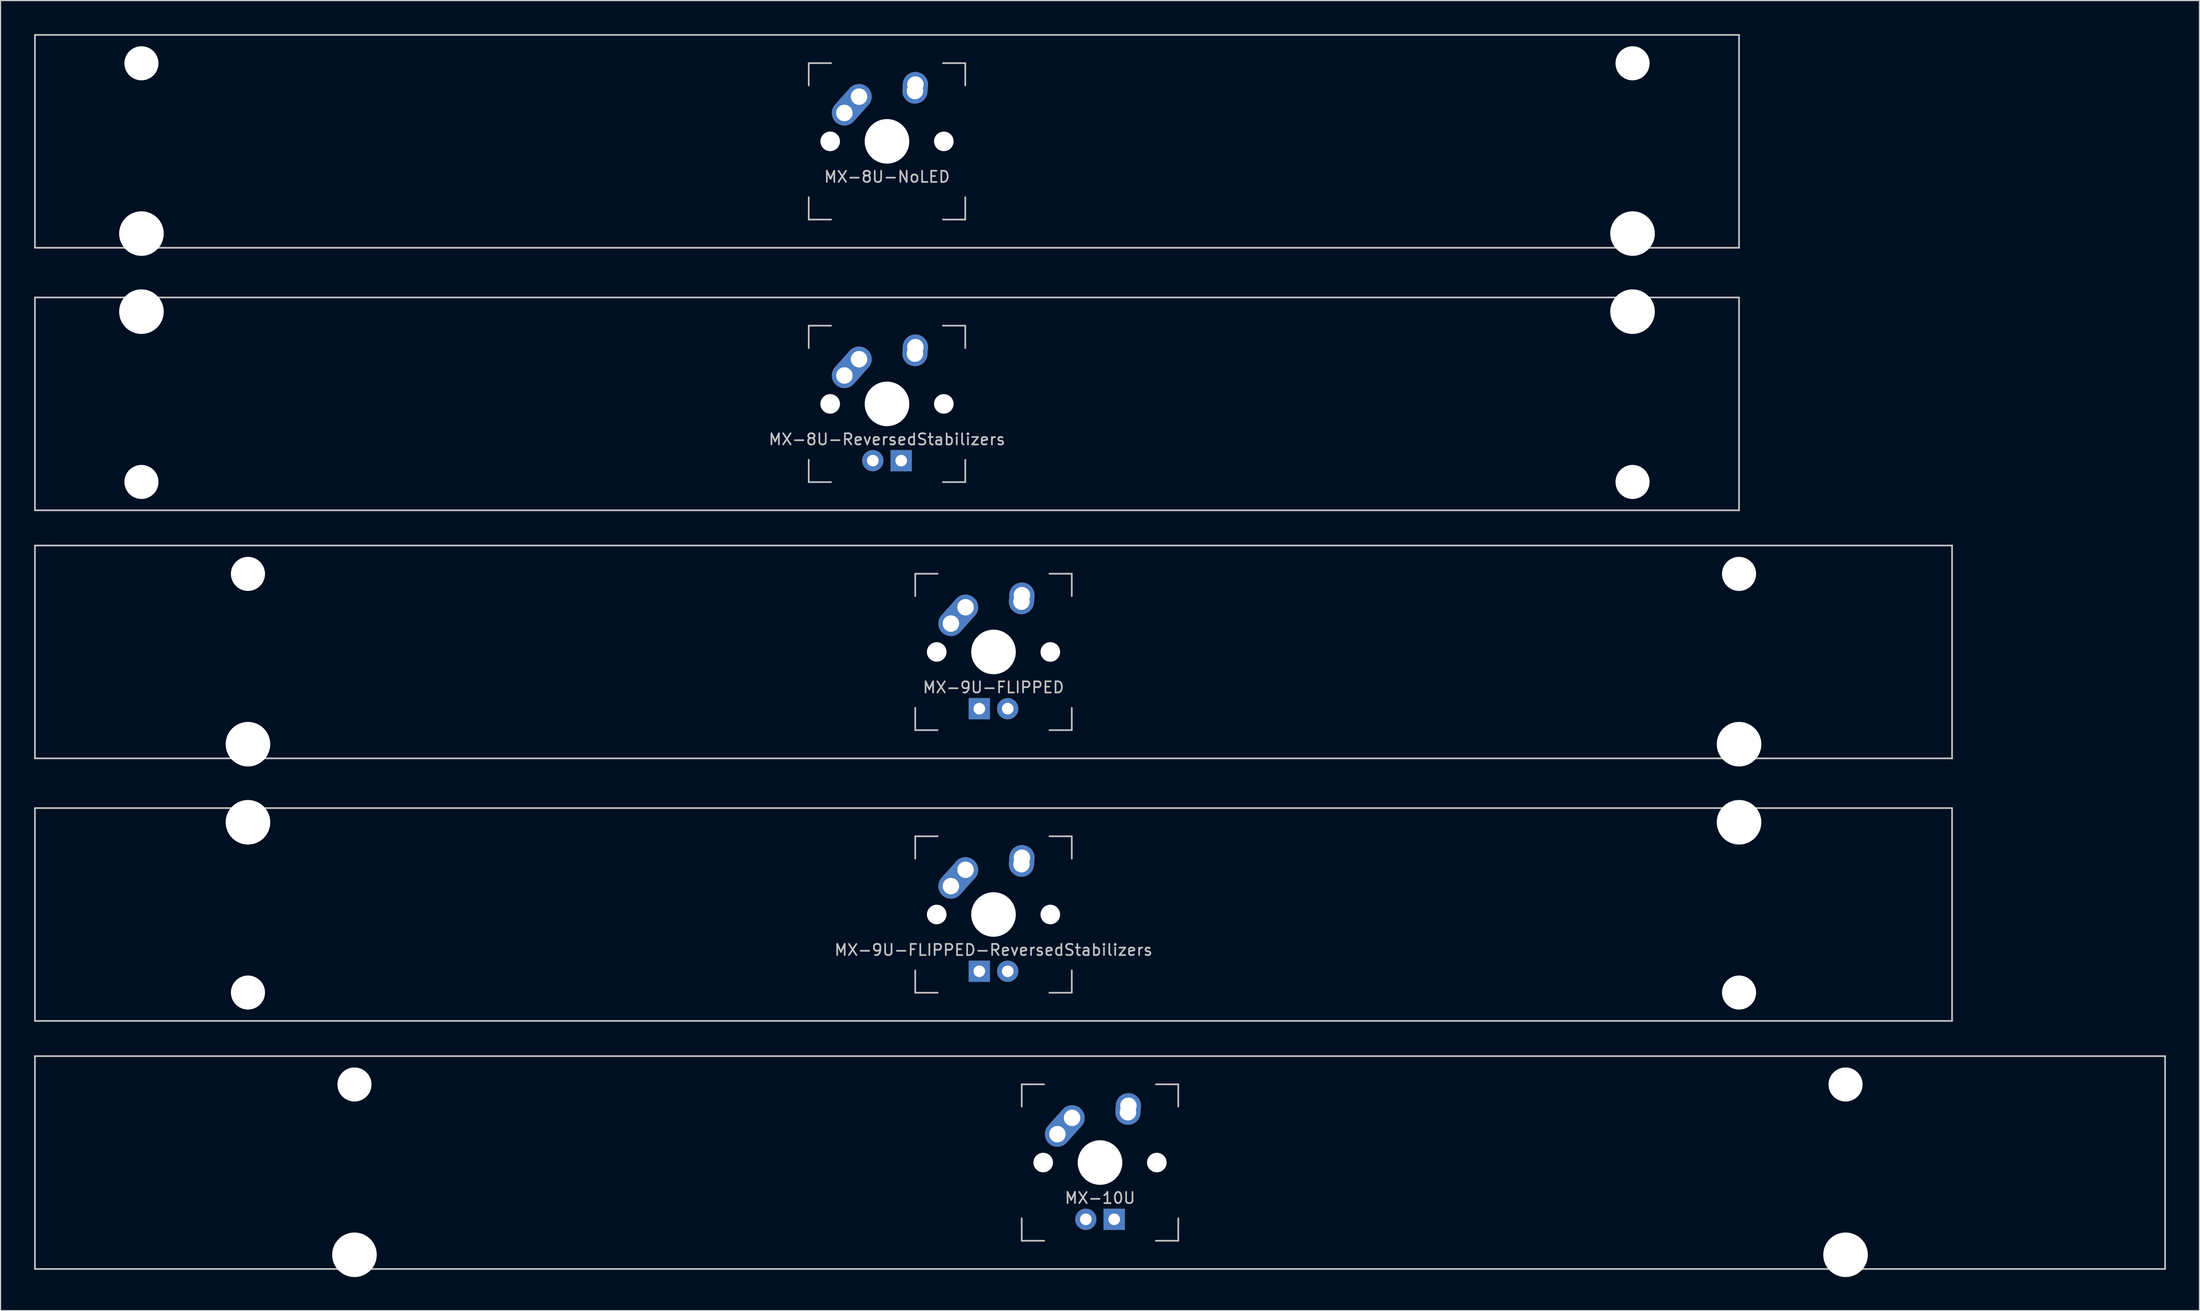
<source format=kicad_pcb>
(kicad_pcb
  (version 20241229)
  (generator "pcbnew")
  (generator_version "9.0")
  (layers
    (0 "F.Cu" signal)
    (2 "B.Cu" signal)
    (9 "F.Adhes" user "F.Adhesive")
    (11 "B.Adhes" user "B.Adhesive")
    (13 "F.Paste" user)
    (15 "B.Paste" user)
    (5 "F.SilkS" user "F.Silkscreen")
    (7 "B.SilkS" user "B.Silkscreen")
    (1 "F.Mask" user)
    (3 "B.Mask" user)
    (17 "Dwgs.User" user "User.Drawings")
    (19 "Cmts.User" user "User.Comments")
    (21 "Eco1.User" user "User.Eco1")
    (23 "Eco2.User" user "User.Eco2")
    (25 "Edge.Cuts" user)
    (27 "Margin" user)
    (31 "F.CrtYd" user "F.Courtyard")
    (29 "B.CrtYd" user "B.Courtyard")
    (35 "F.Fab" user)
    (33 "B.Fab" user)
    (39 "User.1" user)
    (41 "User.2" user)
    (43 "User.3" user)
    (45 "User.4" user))
  (footprint "MX-10U"
    (layer "F.Cu")
    (at 95.325 100.996)
    (property "Reference" "MX-10U" (at 0 3.175 0) (layer "Dwgs.User") (effects (font (size 1 1) (thickness 0.15))))
    (attr through_hole)
    (fp_line (start -95.25 -9.525) (end 95.25 -9.525) (stroke (width 0.15) (type solid)) (layer "Dwgs.User"))
    (fp_line (start -95.25 9.525) (end -95.25 -9.525) (stroke (width 0.15) (type solid)) (layer "Dwgs.User"))
    (fp_line (start -95.25 9.525) (end 95.25 9.525) (stroke (width 0.15) (type solid)) (layer "Dwgs.User"))
    (fp_line (start -7 -7) (end -7 -5) (stroke (width 0.15) (type solid)) (layer "Dwgs.User"))
    (fp_line (start -7 5) (end -7 7) (stroke (width 0.15) (type solid)) (layer "Dwgs.User"))
    (fp_line (start -7 7) (end -5 7) (stroke (width 0.15) (type solid)) (layer "Dwgs.User"))
    (fp_line (start -5 -7) (end -7 -7) (stroke (width 0.15) (type solid)) (layer "Dwgs.User"))
    (fp_line (start 5 -7) (end 7 -7) (stroke (width 0.15) (type solid)) (layer "Dwgs.User"))
    (fp_line (start 5 7) (end 7 7) (stroke (width 0.15) (type solid)) (layer "Dwgs.User"))
    (fp_line (start 7 -7) (end 7 -5) (stroke (width 0.15) (type solid)) (layer "Dwgs.User"))
    (fp_line (start 7 7) (end 7 5) (stroke (width 0.15) (type solid)) (layer "Dwgs.User"))
    (fp_line (start 95.25 -9.525) (end 95.25 9.525) (stroke (width 0.15) (type solid)) (layer "Dwgs.User"))
    (pad "" np_thru_hole circle (at -66.675 -6.985) (size 3.048 3.048) (drill 3.048) (layers "*.Cu" "*.Mask"))
    (pad "" np_thru_hole circle (at -66.675 8.255) (size 3.988 3.988) (drill 3.988) (layers "*.Cu" "*.Mask"))
    (pad "" np_thru_hole circle (at -5.08 0 48.1) (size 1.75 1.75) (drill 1.75) (layers "*.Cu" "*.Mask"))
    (pad "" np_thru_hole circle (at 0 0) (size 3.988 3.988) (drill 3.988) (layers "*.Cu" "*.Mask"))
    (pad "" np_thru_hole circle (at 5.08 0 48.1) (size 1.75 1.75) (drill 1.75) (layers "*.Cu" "*.Mask"))
    (pad "" np_thru_hole circle (at 66.675 -6.985) (size 3.048 3.048) (drill 3.048) (layers "*.Cu" "*.Mask"))
    (pad "" np_thru_hole circle (at 66.675 8.255) (size 3.988 3.988) (drill 3.988) (layers "*.Cu" "*.Mask"))
    (pad "1" thru_hole oval (at -3.81 -2.54 48.1) (size 4.212 2.25) (drill 1.47 (offset 0.981 0)) (layers "*.Cu" "*.Mask"))
    (pad "1" thru_hole circle (at -2.5 -4) (size 2.25 2.25) (drill 1.47) (layers "*.Cu" "*.Mask"))
    (pad "2" thru_hole oval (at 2.5 -4.5 86.055) (size 2.831 2.25) (drill 1.47 (offset 0.291 0)) (layers "*.Cu" "*.Mask"))
    (pad "2" thru_hole circle (at 2.54 -5.08) (size 2.25 2.25) (drill 1.47) (layers "*.Cu" "*.Mask"))
    (pad "3" thru_hole circle (at -1.27 5.08) (size 1.905 1.905) (drill 1.04) (layers "*.Cu" "*.Mask"))
    (pad "4" thru_hole rect (at 1.27 5.08) (size 1.905 1.905) (drill 1.04) (layers "*.Cu" "*.Mask")))
  (footprint "MX-8U-ReversedStabilizers"
    (layer "F.Cu")
    (at 76.275 33.098)
    (property "Reference" "MX-8U-ReversedStabilizers" (at 0 3.175 0) (layer "Dwgs.User") (effects (font (size 1 1) (thickness 0.15))))
    (attr through_hole)
    (fp_line (start -76.2 -9.525) (end 76.2 -9.525) (stroke (width 0.15) (type solid)) (layer "Dwgs.User"))
    (fp_line (start -76.2 9.525) (end -76.2 -9.525) (stroke (width 0.15) (type solid)) (layer "Dwgs.User"))
    (fp_line (start -76.2 9.525) (end 76.2 9.525) (stroke (width 0.15) (type solid)) (layer "Dwgs.User"))
    (fp_line (start -7 -7) (end -7 -5) (stroke (width 0.15) (type solid)) (layer "Dwgs.User"))
    (fp_line (start -7 5) (end -7 7) (stroke (width 0.15) (type solid)) (layer "Dwgs.User"))
    (fp_line (start -7 7) (end -5 7) (stroke (width 0.15) (type solid)) (layer "Dwgs.User"))
    (fp_line (start -5 -7) (end -7 -7) (stroke (width 0.15) (type solid)) (layer "Dwgs.User"))
    (fp_line (start 5 -7) (end 7 -7) (stroke (width 0.15) (type solid)) (layer "Dwgs.User"))
    (fp_line (start 5 7) (end 7 7) (stroke (width 0.15) (type solid)) (layer "Dwgs.User"))
    (fp_line (start 7 -7) (end 7 -5) (stroke (width 0.15) (type solid)) (layer "Dwgs.User"))
    (fp_line (start 7 7) (end 7 5) (stroke (width 0.15) (type solid)) (layer "Dwgs.User"))
    (fp_line (start 76.2 -9.525) (end 76.2 9.525) (stroke (width 0.15) (type solid)) (layer "Dwgs.User"))
    (pad "" np_thru_hole circle (at -66.675 -8.255) (size 3.988 3.988) (drill 3.988) (layers "*.Cu" "*.Mask"))
    (pad "" np_thru_hole circle (at -66.675 6.985) (size 3.048 3.048) (drill 3.048) (layers "*.Cu" "*.Mask"))
    (pad "" np_thru_hole circle (at -5.08 0 48.1) (size 1.75 1.75) (drill 1.75) (layers "*.Cu" "*.Mask"))
    (pad "" np_thru_hole circle (at 0 0) (size 3.988 3.988) (drill 3.988) (layers "*.Cu" "*.Mask"))
    (pad "" np_thru_hole circle (at 5.08 0 48.1) (size 1.75 1.75) (drill 1.75) (layers "*.Cu" "*.Mask"))
    (pad "" np_thru_hole circle (at 66.675 -8.255) (size 3.988 3.988) (drill 3.988) (layers "*.Cu" "*.Mask"))
    (pad "" np_thru_hole circle (at 66.675 6.985) (size 3.048 3.048) (drill 3.048) (layers "*.Cu" "*.Mask"))
    (pad "1" thru_hole oval (at -3.81 -2.54 48.1) (size 4.212 2.25) (drill 1.47 (offset 0.981 0)) (layers "*.Cu" "*.Mask"))
    (pad "1" thru_hole circle (at -2.5 -4) (size 2.25 2.25) (drill 1.47) (layers "*.Cu" "*.Mask"))
    (pad "2" thru_hole oval (at 2.5 -4.5 86.055) (size 2.831 2.25) (drill 1.47 (offset 0.291 0)) (layers "*.Cu" "*.Mask"))
    (pad "2" thru_hole circle (at 2.54 -5.08) (size 2.25 2.25) (drill 1.47) (layers "*.Cu" "*.Mask"))
    (pad "3" thru_hole circle (at -1.27 5.08) (size 1.905 1.905) (drill 1.04) (layers "*.Cu" "*.Mask"))
    (pad "4" thru_hole rect (at 1.27 5.08) (size 1.905 1.905) (drill 1.04) (layers "*.Cu" "*.Mask")))
  (footprint "MX-8U-NoLED"
    (layer "F.Cu")
    (at 76.275 9.6)
    (property "Reference" "MX-8U-NoLED" (at 0 3.175 0) (layer "Dwgs.User") (effects (font (size 1 1) (thickness 0.15))))
    (attr through_hole)
    (fp_line (start -76.2 -9.525) (end 76.2 -9.525) (stroke (width 0.15) (type solid)) (layer "Dwgs.User"))
    (fp_line (start -76.2 9.525) (end -76.2 -9.525) (stroke (width 0.15) (type solid)) (layer "Dwgs.User"))
    (fp_line (start -76.2 9.525) (end 76.2 9.525) (stroke (width 0.15) (type solid)) (layer "Dwgs.User"))
    (fp_line (start -7 -7) (end -7 -5) (stroke (width 0.15) (type solid)) (layer "Dwgs.User"))
    (fp_line (start -7 5) (end -7 7) (stroke (width 0.15) (type solid)) (layer "Dwgs.User"))
    (fp_line (start -7 7) (end -5 7) (stroke (width 0.15) (type solid)) (layer "Dwgs.User"))
    (fp_line (start -5 -7) (end -7 -7) (stroke (width 0.15) (type solid)) (layer "Dwgs.User"))
    (fp_line (start 5 -7) (end 7 -7) (stroke (width 0.15) (type solid)) (layer "Dwgs.User"))
    (fp_line (start 5 7) (end 7 7) (stroke (width 0.15) (type solid)) (layer "Dwgs.User"))
    (fp_line (start 7 -7) (end 7 -5) (stroke (width 0.15) (type solid)) (layer "Dwgs.User"))
    (fp_line (start 7 7) (end 7 5) (stroke (width 0.15) (type solid)) (layer "Dwgs.User"))
    (fp_line (start 76.2 -9.525) (end 76.2 9.525) (stroke (width 0.15) (type solid)) (layer "Dwgs.User"))
    (pad "" np_thru_hole circle (at -66.675 -6.985) (size 3.048 3.048) (drill 3.048) (layers "*.Cu" "*.Mask"))
    (pad "" np_thru_hole circle (at -66.675 8.255) (size 3.988 3.988) (drill 3.988) (layers "*.Cu" "*.Mask"))
    (pad "" np_thru_hole circle (at -5.08 0 48.1) (size 1.75 1.75) (drill 1.75) (layers "*.Cu" "*.Mask"))
    (pad "" np_thru_hole circle (at 0 0) (size 3.988 3.988) (drill 3.988) (layers "*.Cu" "*.Mask"))
    (pad "" np_thru_hole circle (at 5.08 0 48.1) (size 1.75 1.75) (drill 1.75) (layers "*.Cu" "*.Mask"))
    (pad "" np_thru_hole circle (at 66.675 -6.985) (size 3.048 3.048) (drill 3.048) (layers "*.Cu" "*.Mask"))
    (pad "" np_thru_hole circle (at 66.675 8.255) (size 3.988 3.988) (drill 3.988) (layers "*.Cu" "*.Mask"))
    (pad "1" thru_hole oval (at -3.81 -2.54 48.1) (size 4.212 2.25) (drill 1.47 (offset 0.981 0)) (layers "*.Cu" "*.Mask"))
    (pad "1" thru_hole circle (at -2.5 -4) (size 2.25 2.25) (drill 1.47) (layers "*.Cu" "*.Mask"))
    (pad "2" thru_hole oval (at 2.5 -4.5 86.055) (size 2.831 2.25) (drill 1.47 (offset 0.291 0)) (layers "*.Cu" "*.Mask"))
    (pad "2" thru_hole circle (at 2.54 -5.08) (size 2.25 2.25) (drill 1.47) (layers "*.Cu" "*.Mask")))
  (footprint "MX-9U-FLIPPED-ReversedStabilizers"
    (layer "F.Cu")
    (at 85.8 78.796)
    (property "Reference" "MX-9U-FLIPPED-ReversedStabilizers" (at 0 3.175 0) (layer "Dwgs.User") (effects (font (size 1 1) (thickness 0.15))))
    (attr through_hole)
    (fp_line (start -85.725 -9.525) (end 85.725 -9.525) (stroke (width 0.15) (type solid)) (layer "Dwgs.User"))
    (fp_line (start -85.725 9.525) (end -85.725 -9.525) (stroke (width 0.15) (type solid)) (layer "Dwgs.User"))
    (fp_line (start -85.725 9.525) (end 85.725 9.525) (stroke (width 0.15) (type solid)) (layer "Dwgs.User"))
    (fp_line (start -7 -7) (end -7 -5) (stroke (width 0.15) (type solid)) (layer "Dwgs.User"))
    (fp_line (start -7 5) (end -7 7) (stroke (width 0.15) (type solid)) (layer "Dwgs.User"))
    (fp_line (start -7 7) (end -5 7) (stroke (width 0.15) (type solid)) (layer "Dwgs.User"))
    (fp_line (start -5 -7) (end -7 -7) (stroke (width 0.15) (type solid)) (layer "Dwgs.User"))
    (fp_line (start 5 -7) (end 7 -7) (stroke (width 0.15) (type solid)) (layer "Dwgs.User"))
    (fp_line (start 5 7) (end 7 7) (stroke (width 0.15) (type solid)) (layer "Dwgs.User"))
    (fp_line (start 7 -7) (end 7 -5) (stroke (width 0.15) (type solid)) (layer "Dwgs.User"))
    (fp_line (start 7 7) (end 7 5) (stroke (width 0.15) (type solid)) (layer "Dwgs.User"))
    (fp_line (start 85.725 -9.525) (end 85.725 9.525) (stroke (width 0.15) (type solid)) (layer "Dwgs.User"))
    (pad "" np_thru_hole circle (at -66.675 -8.255) (size 3.988 3.988) (drill 3.988) (layers "*.Cu" "*.Mask"))
    (pad "" np_thru_hole circle (at -66.675 6.985) (size 3.048 3.048) (drill 3.048) (layers "*.Cu" "*.Mask"))
    (pad "" np_thru_hole circle (at -5.08 0 48.1) (size 1.75 1.75) (drill 1.75) (layers "*.Cu" "*.Mask"))
    (pad "" np_thru_hole circle (at 0 0) (size 3.988 3.988) (drill 3.988) (layers "*.Cu" "*.Mask"))
    (pad "" np_thru_hole circle (at 5.08 0 48.1) (size 1.75 1.75) (drill 1.75) (layers "*.Cu" "*.Mask"))
    (pad "" np_thru_hole circle (at 66.675 -8.255) (size 3.988 3.988) (drill 3.988) (layers "*.Cu" "*.Mask"))
    (pad "" np_thru_hole circle (at 66.675 6.985) (size 3.048 3.048) (drill 3.048) (layers "*.Cu" "*.Mask"))
    (pad "1" thru_hole oval (at -3.81 -2.54 48.1) (size 4.212 2.25) (drill 1.47 (offset 0.981 0)) (layers "*.Cu" "*.Mask"))
    (pad "1" thru_hole circle (at -2.5 -4) (size 2.25 2.25) (drill 1.47) (layers "*.Cu" "*.Mask"))
    (pad "2" thru_hole oval (at 2.5 -4.5 86.055) (size 2.831 2.25) (drill 1.47 (offset 0.291 0)) (layers "*.Cu" "*.Mask"))
    (pad "2" thru_hole circle (at 2.54 -5.08) (size 2.25 2.25) (drill 1.47) (layers "*.Cu" "*.Mask"))
    (pad "3" thru_hole circle (at 1.27 5.08) (size 1.905 1.905) (drill 1.04) (layers "*.Cu" "*.Mask"))
    (pad "4" thru_hole rect (at -1.27 5.08) (size 1.905 1.905) (drill 1.04) (layers "*.Cu" "*.Mask")))
  (footprint "MX-9U-FLIPPED"
    (layer "F.Cu")
    (at 85.8 55.298)
    (property "Reference" "MX-9U-FLIPPED" (at 0 3.175 0) (layer "Dwgs.User") (effects (font (size 1 1) (thickness 0.15))))
    (attr through_hole)
    (fp_line (start -85.725 -9.525) (end 85.725 -9.525) (stroke (width 0.15) (type solid)) (layer "Dwgs.User"))
    (fp_line (start -85.725 9.525) (end -85.725 -9.525) (stroke (width 0.15) (type solid)) (layer "Dwgs.User"))
    (fp_line (start -85.725 9.525) (end 85.725 9.525) (stroke (width 0.15) (type solid)) (layer "Dwgs.User"))
    (fp_line (start -7 -7) (end -7 -5) (stroke (width 0.15) (type solid)) (layer "Dwgs.User"))
    (fp_line (start -7 5) (end -7 7) (stroke (width 0.15) (type solid)) (layer "Dwgs.User"))
    (fp_line (start -7 7) (end -5 7) (stroke (width 0.15) (type solid)) (layer "Dwgs.User"))
    (fp_line (start -5 -7) (end -7 -7) (stroke (width 0.15) (type solid)) (layer "Dwgs.User"))
    (fp_line (start 5 -7) (end 7 -7) (stroke (width 0.15) (type solid)) (layer "Dwgs.User"))
    (fp_line (start 5 7) (end 7 7) (stroke (width 0.15) (type solid)) (layer "Dwgs.User"))
    (fp_line (start 7 -7) (end 7 -5) (stroke (width 0.15) (type solid)) (layer "Dwgs.User"))
    (fp_line (start 7 7) (end 7 5) (stroke (width 0.15) (type solid)) (layer "Dwgs.User"))
    (fp_line (start 85.725 -9.525) (end 85.725 9.525) (stroke (width 0.15) (type solid)) (layer "Dwgs.User"))
    (pad "" np_thru_hole circle (at -66.675 -6.985) (size 3.048 3.048) (drill 3.048) (layers "*.Cu" "*.Mask"))
    (pad "" np_thru_hole circle (at -66.675 8.255) (size 3.988 3.988) (drill 3.988) (layers "*.Cu" "*.Mask"))
    (pad "" np_thru_hole circle (at -5.08 0 48.1) (size 1.75 1.75) (drill 1.75) (layers "*.Cu" "*.Mask"))
    (pad "" np_thru_hole circle (at 0 0) (size 3.988 3.988) (drill 3.988) (layers "*.Cu" "*.Mask"))
    (pad "" np_thru_hole circle (at 5.08 0 48.1) (size 1.75 1.75) (drill 1.75) (layers "*.Cu" "*.Mask"))
    (pad "" np_thru_hole circle (at 66.675 -6.985) (size 3.048 3.048) (drill 3.048) (layers "*.Cu" "*.Mask"))
    (pad "" np_thru_hole circle (at 66.675 8.255) (size 3.988 3.988) (drill 3.988) (layers "*.Cu" "*.Mask"))
    (pad "1" thru_hole oval (at -3.81 -2.54 48.1) (size 4.212 2.25) (drill 1.47 (offset 0.981 0)) (layers "*.Cu" "*.Mask"))
    (pad "1" thru_hole circle (at -2.5 -4) (size 2.25 2.25) (drill 1.47) (layers "*.Cu" "*.Mask"))
    (pad "2" thru_hole oval (at 2.5 -4.5 86.055) (size 2.831 2.25) (drill 1.47 (offset 0.291 0)) (layers "*.Cu" "*.Mask"))
    (pad "2" thru_hole circle (at 2.54 -5.08) (size 2.25 2.25) (drill 1.47) (layers "*.Cu" "*.Mask"))
    (pad "3" thru_hole circle (at 1.27 5.08) (size 1.905 1.905) (drill 1.04) (layers "*.Cu" "*.Mask"))
    (pad "4" thru_hole rect (at -1.27 5.08) (size 1.905 1.905) (drill 1.04) (layers "*.Cu" "*.Mask")))
  (gr_rect
    (start -3 -3)
    (end 193.65 114.245)
    (stroke (width 0.1) (type default))
    (fill no)
    (layer "Edge.Cuts")))
</source>
